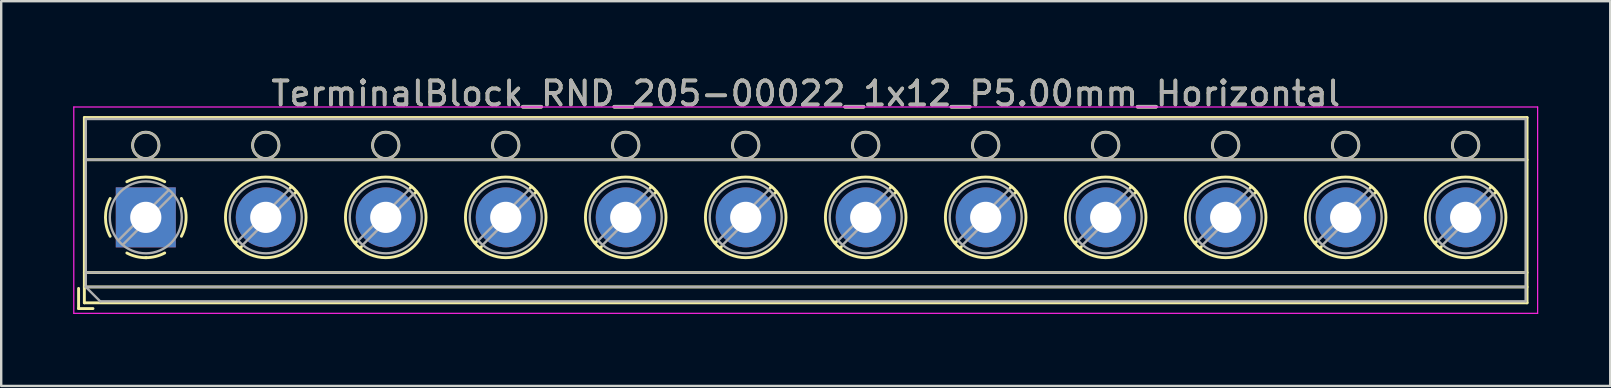
<source format=kicad_pcb>
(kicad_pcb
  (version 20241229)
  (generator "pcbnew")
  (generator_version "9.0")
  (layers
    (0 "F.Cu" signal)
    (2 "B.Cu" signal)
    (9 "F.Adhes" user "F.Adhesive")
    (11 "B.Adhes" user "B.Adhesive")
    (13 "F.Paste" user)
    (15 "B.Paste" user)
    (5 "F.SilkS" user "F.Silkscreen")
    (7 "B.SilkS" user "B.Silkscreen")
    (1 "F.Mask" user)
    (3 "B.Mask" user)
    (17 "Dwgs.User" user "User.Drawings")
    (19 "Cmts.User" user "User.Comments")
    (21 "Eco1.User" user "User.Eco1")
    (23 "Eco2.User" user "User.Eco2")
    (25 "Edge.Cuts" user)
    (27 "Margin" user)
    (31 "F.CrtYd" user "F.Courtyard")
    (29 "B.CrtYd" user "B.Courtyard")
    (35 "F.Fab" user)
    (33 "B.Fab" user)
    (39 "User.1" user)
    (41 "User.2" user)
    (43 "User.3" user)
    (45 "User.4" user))
  (footprint "TerminalBlock_RND_205-00022_1x12_P5.00mm_Horizontal"
    (layer "F.Cu")
    (at 3.025 6.008)
    (property "Reference" "TerminalBlock_RND_205-00022_1x12_P5.00mm_Horizontal" (at 27.5 -5.16 0) (layer "F.SilkS") (effects (font (size 1 1) (thickness 0.15))))
    (attr through_hole)
    (fp_line (start -2.8 2.96) (end -2.8 3.8) (stroke (width 0.12) (type solid)) (layer "F.SilkS"))
    (fp_line (start -2.8 3.8) (end -2.2 3.8) (stroke (width 0.12) (type solid)) (layer "F.SilkS"))
    (fp_line (start -2.56 -4.16) (end -2.56 3.561) (stroke (width 0.12) (type solid)) (layer "F.SilkS"))
    (fp_line (start -2.56 -4.16) (end 57.56 -4.16) (stroke (width 0.12) (type solid)) (layer "F.SilkS"))
    (fp_line (start -2.56 -2.4) (end 57.56 -2.4) (stroke (width 0.12) (type solid)) (layer "F.SilkS"))
    (fp_line (start -2.56 2.3) (end 57.56 2.3) (stroke (width 0.12) (type solid)) (layer "F.SilkS"))
    (fp_line (start -2.56 2.9) (end 57.56 2.9) (stroke (width 0.12) (type solid)) (layer "F.SilkS"))
    (fp_line (start -2.56 3.561) (end 57.56 3.561) (stroke (width 0.12) (type solid)) (layer "F.SilkS"))
    (fp_line (start 3.82 0.976) (end 3.726 1.069) (stroke (width 0.12) (type solid)) (layer "F.SilkS"))
    (fp_line (start 3.99 1.216) (end 3.931 1.274) (stroke (width 0.12) (type solid)) (layer "F.SilkS"))
    (fp_line (start 6.07 -1.275) (end 6.011 -1.216) (stroke (width 0.12) (type solid)) (layer "F.SilkS"))
    (fp_line (start 6.275 -1.069) (end 6.181 -0.976) (stroke (width 0.12) (type solid)) (layer "F.SilkS"))
    (fp_line (start 8.82 0.976) (end 8.726 1.069) (stroke (width 0.12) (type solid)) (layer "F.SilkS"))
    (fp_line (start 8.99 1.216) (end 8.931 1.274) (stroke (width 0.12) (type solid)) (layer "F.SilkS"))
    (fp_line (start 11.07 -1.275) (end 11.011 -1.216) (stroke (width 0.12) (type solid)) (layer "F.SilkS"))
    (fp_line (start 11.275 -1.069) (end 11.181 -0.976) (stroke (width 0.12) (type solid)) (layer "F.SilkS"))
    (fp_line (start 13.82 0.976) (end 13.726 1.069) (stroke (width 0.12) (type solid)) (layer "F.SilkS"))
    (fp_line (start 13.99 1.216) (end 13.931 1.274) (stroke (width 0.12) (type solid)) (layer "F.SilkS"))
    (fp_line (start 16.07 -1.275) (end 16.011 -1.216) (stroke (width 0.12) (type solid)) (layer "F.SilkS"))
    (fp_line (start 16.275 -1.069) (end 16.181 -0.976) (stroke (width 0.12) (type solid)) (layer "F.SilkS"))
    (fp_line (start 18.82 0.976) (end 18.726 1.069) (stroke (width 0.12) (type solid)) (layer "F.SilkS"))
    (fp_line (start 18.99 1.216) (end 18.931 1.274) (stroke (width 0.12) (type solid)) (layer "F.SilkS"))
    (fp_line (start 21.07 -1.275) (end 21.011 -1.216) (stroke (width 0.12) (type solid)) (layer "F.SilkS"))
    (fp_line (start 21.275 -1.069) (end 21.181 -0.976) (stroke (width 0.12) (type solid)) (layer "F.SilkS"))
    (fp_line (start 23.82 0.976) (end 23.726 1.069) (stroke (width 0.12) (type solid)) (layer "F.SilkS"))
    (fp_line (start 23.99 1.216) (end 23.931 1.274) (stroke (width 0.12) (type solid)) (layer "F.SilkS"))
    (fp_line (start 26.07 -1.275) (end 26.011 -1.216) (stroke (width 0.12) (type solid)) (layer "F.SilkS"))
    (fp_line (start 26.275 -1.069) (end 26.181 -0.976) (stroke (width 0.12) (type solid)) (layer "F.SilkS"))
    (fp_line (start 28.82 0.976) (end 28.726 1.069) (stroke (width 0.12) (type solid)) (layer "F.SilkS"))
    (fp_line (start 28.99 1.216) (end 28.931 1.274) (stroke (width 0.12) (type solid)) (layer "F.SilkS"))
    (fp_line (start 31.07 -1.275) (end 31.011 -1.216) (stroke (width 0.12) (type solid)) (layer "F.SilkS"))
    (fp_line (start 31.275 -1.069) (end 31.181 -0.976) (stroke (width 0.12) (type solid)) (layer "F.SilkS"))
    (fp_line (start 33.82 0.976) (end 33.726 1.069) (stroke (width 0.12) (type solid)) (layer "F.SilkS"))
    (fp_line (start 33.99 1.216) (end 33.931 1.274) (stroke (width 0.12) (type solid)) (layer "F.SilkS"))
    (fp_line (start 36.07 -1.275) (end 36.011 -1.216) (stroke (width 0.12) (type solid)) (layer "F.SilkS"))
    (fp_line (start 36.275 -1.069) (end 36.181 -0.976) (stroke (width 0.12) (type solid)) (layer "F.SilkS"))
    (fp_line (start 38.82 0.976) (end 38.726 1.069) (stroke (width 0.12) (type solid)) (layer "F.SilkS"))
    (fp_line (start 38.99 1.216) (end 38.931 1.274) (stroke (width 0.12) (type solid)) (layer "F.SilkS"))
    (fp_line (start 41.07 -1.275) (end 41.011 -1.216) (stroke (width 0.12) (type solid)) (layer "F.SilkS"))
    (fp_line (start 41.275 -1.069) (end 41.181 -0.976) (stroke (width 0.12) (type solid)) (layer "F.SilkS"))
    (fp_line (start 43.82 0.976) (end 43.726 1.069) (stroke (width 0.12) (type solid)) (layer "F.SilkS"))
    (fp_line (start 43.99 1.216) (end 43.931 1.274) (stroke (width 0.12) (type solid)) (layer "F.SilkS"))
    (fp_line (start 46.07 -1.275) (end 46.011 -1.216) (stroke (width 0.12) (type solid)) (layer "F.SilkS"))
    (fp_line (start 46.275 -1.069) (end 46.181 -0.976) (stroke (width 0.12) (type solid)) (layer "F.SilkS"))
    (fp_line (start 48.82 0.976) (end 48.726 1.069) (stroke (width 0.12) (type solid)) (layer "F.SilkS"))
    (fp_line (start 48.99 1.216) (end 48.931 1.274) (stroke (width 0.12) (type solid)) (layer "F.SilkS"))
    (fp_line (start 51.07 -1.275) (end 51.011 -1.216) (stroke (width 0.12) (type solid)) (layer "F.SilkS"))
    (fp_line (start 51.275 -1.069) (end 51.181 -0.976) (stroke (width 0.12) (type solid)) (layer "F.SilkS"))
    (fp_line (start 53.82 0.976) (end 53.726 1.069) (stroke (width 0.12) (type solid)) (layer "F.SilkS"))
    (fp_line (start 53.99 1.216) (end 53.931 1.274) (stroke (width 0.12) (type solid)) (layer "F.SilkS"))
    (fp_line (start 56.07 -1.275) (end 56.011 -1.216) (stroke (width 0.12) (type solid)) (layer "F.SilkS"))
    (fp_line (start 56.275 -1.069) (end 56.181 -0.976) (stroke (width 0.12) (type solid)) (layer "F.SilkS"))
    (fp_line (start 57.56 -4.16) (end 57.56 3.561) (stroke (width 0.12) (type solid)) (layer "F.SilkS"))
    (fp_arc (start -1.483953 0.789089) (mid -1.680708 0.00005) (end -1.484 -0.789) (stroke (width 0.12) (type solid)) (layer "F.SilkS"))
    (fp_arc (start -0.789089 -1.483953) (mid -0.00005 -1.680708) (end 0.789 -1.484) (stroke (width 0.12) (type solid)) (layer "F.SilkS"))
    (fp_arc (start 0.029383 1.68045) (mid -0.392304 1.634281) (end -0.789 1.484) (stroke (width 0.12) (type solid)) (layer "F.SilkS"))
    (fp_arc (start 0.788712 1.483352) (mid 0.406429 1.630097) (end 0 1.68) (stroke (width 0.12) (type solid)) (layer "F.SilkS"))
    (fp_arc (start 1.483953 -0.789089) (mid 1.680708 -0.00005) (end 1.484 0.789) (stroke (width 0.12) (type solid)) (layer "F.SilkS"))
    (fp_circle (center 0 -3) (end 0.55 -3) (stroke (width 0.12) (type solid)) (fill no) (layer "F.SilkS"))
    (fp_circle (center 5 -3) (end 5.55 -3) (stroke (width 0.12) (type solid)) (fill no) (layer "F.SilkS"))
    (fp_circle (center 5 0) (end 6.68 0) (stroke (width 0.12) (type solid)) (fill no) (layer "F.SilkS"))
    (fp_circle (center 10 -3) (end 10.55 -3) (stroke (width 0.12) (type solid)) (fill no) (layer "F.SilkS"))
    (fp_circle (center 10 0) (end 11.68 0) (stroke (width 0.12) (type solid)) (fill no) (layer "F.SilkS"))
    (fp_circle (center 15 -3) (end 15.55 -3) (stroke (width 0.12) (type solid)) (fill no) (layer "F.SilkS"))
    (fp_circle (center 15 0) (end 16.68 0) (stroke (width 0.12) (type solid)) (fill no) (layer "F.SilkS"))
    (fp_circle (center 20 -3) (end 20.55 -3) (stroke (width 0.12) (type solid)) (fill no) (layer "F.SilkS"))
    (fp_circle (center 20 0) (end 21.68 0) (stroke (width 0.12) (type solid)) (fill no) (layer "F.SilkS"))
    (fp_circle (center 25 -3) (end 25.55 -3) (stroke (width 0.12) (type solid)) (fill no) (layer "F.SilkS"))
    (fp_circle (center 25 0) (end 26.68 0) (stroke (width 0.12) (type solid)) (fill no) (layer "F.SilkS"))
    (fp_circle (center 30 -3) (end 30.55 -3) (stroke (width 0.12) (type solid)) (fill no) (layer "F.SilkS"))
    (fp_circle (center 30 0) (end 31.68 0) (stroke (width 0.12) (type solid)) (fill no) (layer "F.SilkS"))
    (fp_circle (center 35 -3) (end 35.55 -3) (stroke (width 0.12) (type solid)) (fill no) (layer "F.SilkS"))
    (fp_circle (center 35 0) (end 36.68 0) (stroke (width 0.12) (type solid)) (fill no) (layer "F.SilkS"))
    (fp_circle (center 40 -3) (end 40.55 -3) (stroke (width 0.12) (type solid)) (fill no) (layer "F.SilkS"))
    (fp_circle (center 40 0) (end 41.68 0) (stroke (width 0.12) (type solid)) (fill no) (layer "F.SilkS"))
    (fp_circle (center 45 -3) (end 45.55 -3) (stroke (width 0.12) (type solid)) (fill no) (layer "F.SilkS"))
    (fp_circle (center 45 0) (end 46.68 0) (stroke (width 0.12) (type solid)) (fill no) (layer "F.SilkS"))
    (fp_circle (center 50 -3) (end 50.55 -3) (stroke (width 0.12) (type solid)) (fill no) (layer "F.SilkS"))
    (fp_circle (center 50 0) (end 51.68 0) (stroke (width 0.12) (type solid)) (fill no) (layer "F.SilkS"))
    (fp_circle (center 55 -3) (end 55.55 -3) (stroke (width 0.12) (type solid)) (fill no) (layer "F.SilkS"))
    (fp_circle (center 55 0) (end 56.68 0) (stroke (width 0.12) (type solid)) (fill no) (layer "F.SilkS"))
    (fp_line (start -3 -4.6) (end -3 4) (stroke (width 0.05) (type solid)) (layer "F.CrtYd"))
    (fp_line (start -3 4) (end 58 4) (stroke (width 0.05) (type solid)) (layer "F.CrtYd"))
    (fp_line (start 58 -4.6) (end -3 -4.6) (stroke (width 0.05) (type solid)) (layer "F.CrtYd"))
    (fp_line (start 58 4) (end 58 -4.6) (stroke (width 0.05) (type solid)) (layer "F.CrtYd"))
    (fp_line (start -2.5 -4.1) (end 57.5 -4.1) (stroke (width 0.1) (type solid)) (layer "F.Fab"))
    (fp_line (start -2.5 -2.4) (end 57.5 -2.4) (stroke (width 0.1) (type solid)) (layer "F.Fab"))
    (fp_line (start -2.5 2.3) (end 57.5 2.3) (stroke (width 0.1) (type solid)) (layer "F.Fab"))
    (fp_line (start -2.5 2.9) (end -2.5 -4.1) (stroke (width 0.1) (type solid)) (layer "F.Fab"))
    (fp_line (start -2.5 2.9) (end 57.5 2.9) (stroke (width 0.1) (type solid)) (layer "F.Fab"))
    (fp_line (start -1.9 3.5) (end -2.5 2.9) (stroke (width 0.1) (type solid)) (layer "F.Fab"))
    (fp_line (start 0.955 -1.138) (end -1.138 0.955) (stroke (width 0.1) (type solid)) (layer "F.Fab"))
    (fp_line (start 1.138 -0.955) (end -0.955 1.138) (stroke (width 0.1) (type solid)) (layer "F.Fab"))
    (fp_line (start 5.955 -1.138) (end 3.863 0.955) (stroke (width 0.1) (type solid)) (layer "F.Fab"))
    (fp_line (start 6.138 -0.955) (end 4.046 1.138) (stroke (width 0.1) (type solid)) (layer "F.Fab"))
    (fp_line (start 10.955 -1.138) (end 8.863 0.955) (stroke (width 0.1) (type solid)) (layer "F.Fab"))
    (fp_line (start 11.138 -0.955) (end 9.046 1.138) (stroke (width 0.1) (type solid)) (layer "F.Fab"))
    (fp_line (start 15.955 -1.138) (end 13.863 0.955) (stroke (width 0.1) (type solid)) (layer "F.Fab"))
    (fp_line (start 16.138 -0.955) (end 14.046 1.138) (stroke (width 0.1) (type solid)) (layer "F.Fab"))
    (fp_line (start 20.955 -1.138) (end 18.863 0.955) (stroke (width 0.1) (type solid)) (layer "F.Fab"))
    (fp_line (start 21.138 -0.955) (end 19.046 1.138) (stroke (width 0.1) (type solid)) (layer "F.Fab"))
    (fp_line (start 25.955 -1.138) (end 23.863 0.955) (stroke (width 0.1) (type solid)) (layer "F.Fab"))
    (fp_line (start 26.138 -0.955) (end 24.046 1.138) (stroke (width 0.1) (type solid)) (layer "F.Fab"))
    (fp_line (start 30.955 -1.138) (end 28.863 0.955) (stroke (width 0.1) (type solid)) (layer "F.Fab"))
    (fp_line (start 31.138 -0.955) (end 29.046 1.138) (stroke (width 0.1) (type solid)) (layer "F.Fab"))
    (fp_line (start 35.955 -1.138) (end 33.863 0.955) (stroke (width 0.1) (type solid)) (layer "F.Fab"))
    (fp_line (start 36.138 -0.955) (end 34.046 1.138) (stroke (width 0.1) (type solid)) (layer "F.Fab"))
    (fp_line (start 40.955 -1.138) (end 38.863 0.955) (stroke (width 0.1) (type solid)) (layer "F.Fab"))
    (fp_line (start 41.138 -0.955) (end 39.046 1.138) (stroke (width 0.1) (type solid)) (layer "F.Fab"))
    (fp_line (start 45.955 -1.138) (end 43.863 0.955) (stroke (width 0.1) (type solid)) (layer "F.Fab"))
    (fp_line (start 46.138 -0.955) (end 44.046 1.138) (stroke (width 0.1) (type solid)) (layer "F.Fab"))
    (fp_line (start 50.955 -1.138) (end 48.863 0.955) (stroke (width 0.1) (type solid)) (layer "F.Fab"))
    (fp_line (start 51.138 -0.955) (end 49.046 1.138) (stroke (width 0.1) (type solid)) (layer "F.Fab"))
    (fp_line (start 55.955 -1.138) (end 53.863 0.955) (stroke (width 0.1) (type solid)) (layer "F.Fab"))
    (fp_line (start 56.138 -0.955) (end 54.046 1.138) (stroke (width 0.1) (type solid)) (layer "F.Fab"))
    (fp_line (start 57.5 -4.1) (end 57.5 3.5) (stroke (width 0.1) (type solid)) (layer "F.Fab"))
    (fp_line (start 57.5 3.5) (end -1.9 3.5) (stroke (width 0.1) (type solid)) (layer "F.Fab"))
    (fp_circle (center 0 -3) (end 0.55 -3) (stroke (width 0.1) (type solid)) (fill no) (layer "F.Fab"))
    (fp_circle (center 0 0) (end 1.5 0) (stroke (width 0.1) (type solid)) (fill no) (layer "F.Fab"))
    (fp_circle (center 5 -3) (end 5.55 -3) (stroke (width 0.1) (type solid)) (fill no) (layer "F.Fab"))
    (fp_circle (center 5 0) (end 6.5 0) (stroke (width 0.1) (type solid)) (fill no) (layer "F.Fab"))
    (fp_circle (center 10 -3) (end 10.55 -3) (stroke (width 0.1) (type solid)) (fill no) (layer "F.Fab"))
    (fp_circle (center 10 0) (end 11.5 0) (stroke (width 0.1) (type solid)) (fill no) (layer "F.Fab"))
    (fp_circle (center 15 -3) (end 15.55 -3) (stroke (width 0.1) (type solid)) (fill no) (layer "F.Fab"))
    (fp_circle (center 15 0) (end 16.5 0) (stroke (width 0.1) (type solid)) (fill no) (layer "F.Fab"))
    (fp_circle (center 20 -3) (end 20.55 -3) (stroke (width 0.1) (type solid)) (fill no) (layer "F.Fab"))
    (fp_circle (center 20 0) (end 21.5 0) (stroke (width 0.1) (type solid)) (fill no) (layer "F.Fab"))
    (fp_circle (center 25 -3) (end 25.55 -3) (stroke (width 0.1) (type solid)) (fill no) (layer "F.Fab"))
    (fp_circle (center 25 0) (end 26.5 0) (stroke (width 0.1) (type solid)) (fill no) (layer "F.Fab"))
    (fp_circle (center 30 -3) (end 30.55 -3) (stroke (width 0.1) (type solid)) (fill no) (layer "F.Fab"))
    (fp_circle (center 30 0) (end 31.5 0) (stroke (width 0.1) (type solid)) (fill no) (layer "F.Fab"))
    (fp_circle (center 35 -3) (end 35.55 -3) (stroke (width 0.1) (type solid)) (fill no) (layer "F.Fab"))
    (fp_circle (center 35 0) (end 36.5 0) (stroke (width 0.1) (type solid)) (fill no) (layer "F.Fab"))
    (fp_circle (center 40 -3) (end 40.55 -3) (stroke (width 0.1) (type solid)) (fill no) (layer "F.Fab"))
    (fp_circle (center 40 0) (end 41.5 0) (stroke (width 0.1) (type solid)) (fill no) (layer "F.Fab"))
    (fp_circle (center 45 -3) (end 45.55 -3) (stroke (width 0.1) (type solid)) (fill no) (layer "F.Fab"))
    (fp_circle (center 45 0) (end 46.5 0) (stroke (width 0.1) (type solid)) (fill no) (layer "F.Fab"))
    (fp_circle (center 50 -3) (end 50.55 -3) (stroke (width 0.1) (type solid)) (fill no) (layer "F.Fab"))
    (fp_circle (center 50 0) (end 51.5 0) (stroke (width 0.1) (type solid)) (fill no) (layer "F.Fab"))
    (fp_circle (center 55 -3) (end 55.55 -3) (stroke (width 0.1) (type solid)) (fill no) (layer "F.Fab"))
    (fp_circle (center 55 0) (end 56.5 0) (stroke (width 0.1) (type solid)) (fill no) (layer "F.Fab"))
    (fp_text user "${REFERENCE}" (at 27.5 -5.16 0) (layer "F.Fab") (effects (font (size 1 1) (thickness 0.15))))
    (pad "1" thru_hole rect (at 0 0) (size 2.5 2.5) (drill 1.3) (layers "*.Cu" "*.Mask"))
    (pad "2" thru_hole circle (at 5 0) (size 2.5 2.5) (drill 1.3) (layers "*.Cu" "*.Mask"))
    (pad "3" thru_hole circle (at 10 0) (size 2.5 2.5) (drill 1.3) (layers "*.Cu" "*.Mask"))
    (pad "4" thru_hole circle (at 15 0) (size 2.5 2.5) (drill 1.3) (layers "*.Cu" "*.Mask"))
    (pad "5" thru_hole circle (at 20 0) (size 2.5 2.5) (drill 1.3) (layers "*.Cu" "*.Mask"))
    (pad "6" thru_hole circle (at 25 0) (size 2.5 2.5) (drill 1.3) (layers "*.Cu" "*.Mask"))
    (pad "7" thru_hole circle (at 30 0) (size 2.5 2.5) (drill 1.3) (layers "*.Cu" "*.Mask"))
    (pad "8" thru_hole circle (at 35 0) (size 2.5 2.5) (drill 1.3) (layers "*.Cu" "*.Mask"))
    (pad "9" thru_hole circle (at 40 0) (size 2.5 2.5) (drill 1.3) (layers "*.Cu" "*.Mask"))
    (pad "10" thru_hole circle (at 45 0) (size 2.5 2.5) (drill 1.3) (layers "*.Cu" "*.Mask"))
    (pad "11" thru_hole circle (at 50 0) (size 2.5 2.5) (drill 1.3) (layers "*.Cu" "*.Mask"))
    (pad "12" thru_hole circle (at 55 0) (size 2.5 2.5) (drill 1.3) (layers "*.Cu" "*.Mask")))
  (gr_rect
    (start -3 -3)
    (end 64.05 13.033)
    (stroke (width 0.1) (type default))
    (fill no)
    (layer "Edge.Cuts")))
</source>
